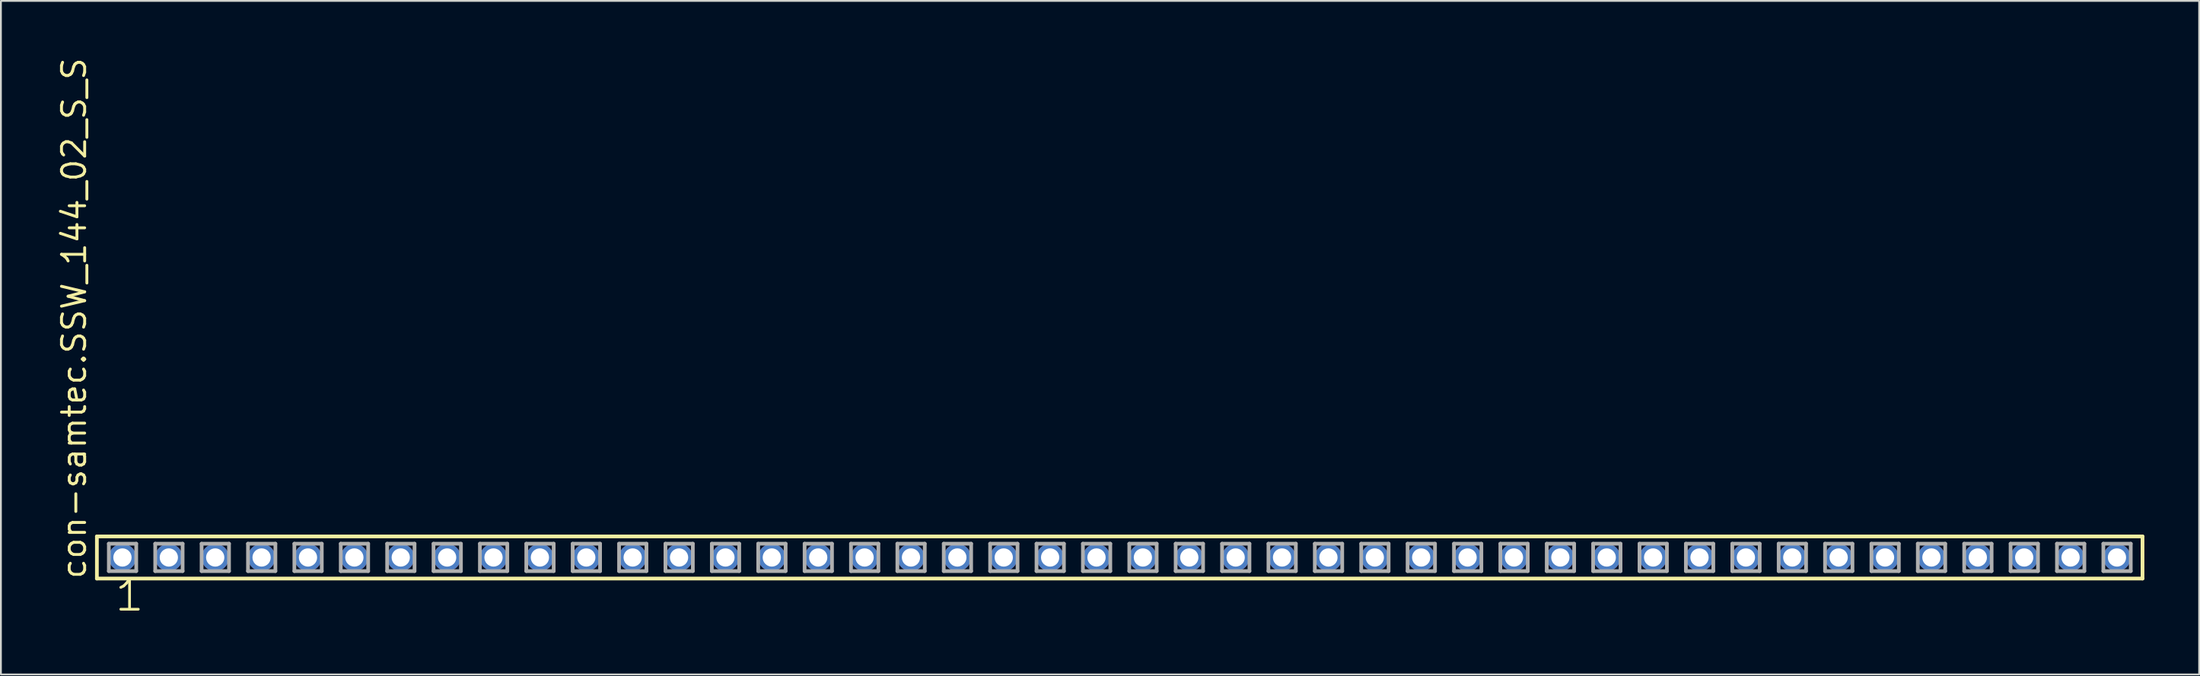
<source format=kicad_pcb>
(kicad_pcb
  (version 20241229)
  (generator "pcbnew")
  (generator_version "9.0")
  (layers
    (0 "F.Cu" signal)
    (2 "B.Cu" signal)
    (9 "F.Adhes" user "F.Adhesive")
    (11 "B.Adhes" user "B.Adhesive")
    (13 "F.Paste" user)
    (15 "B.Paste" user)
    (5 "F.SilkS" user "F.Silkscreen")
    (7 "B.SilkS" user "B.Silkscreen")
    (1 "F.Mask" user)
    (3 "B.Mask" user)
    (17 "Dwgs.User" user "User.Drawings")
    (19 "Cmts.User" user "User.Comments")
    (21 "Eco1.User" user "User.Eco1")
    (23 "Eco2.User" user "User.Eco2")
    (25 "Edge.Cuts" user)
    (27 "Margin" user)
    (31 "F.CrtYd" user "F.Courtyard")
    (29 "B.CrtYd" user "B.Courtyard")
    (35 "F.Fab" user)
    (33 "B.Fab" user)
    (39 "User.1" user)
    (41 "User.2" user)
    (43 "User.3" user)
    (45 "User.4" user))
  (footprint "con-samtec.SSW_144_02_S_S"
    (layer "F.Cu")
    (at 58.265 27.501)
    (property "Reference" "con-samtec.SSW_144_02_S_S" (at -56.515 1.27 90) (layer "F.SilkS") (effects (font (size 1.27 1.27) (thickness 0.16)) (justify left bottom)))
    (attr through_hole)
    (fp_line (start -56.009 -1.155) (end 56.009 -1.155) (stroke (width 0.203) (type default)) (layer "F.SilkS"))
    (fp_line (start -56.009 1.155) (end -56.009 -1.155) (stroke (width 0.203) (type default)) (layer "F.SilkS"))
    (fp_line (start 56.009 -1.155) (end 56.009 1.155) (stroke (width 0.203) (type default)) (layer "F.SilkS"))
    (fp_line (start 56.009 1.155) (end -56.009 1.155) (stroke (width 0.203) (type default)) (layer "F.SilkS"))
    (fp_line (start -55.355 -0.755) (end -53.855 -0.755) (stroke (width 0.203) (type default)) (layer "F.Fab"))
    (fp_line (start -55.355 0.745) (end -55.355 -0.755) (stroke (width 0.203) (type default)) (layer "F.Fab"))
    (fp_line (start -53.855 -0.755) (end -53.855 0.745) (stroke (width 0.203) (type default)) (layer "F.Fab"))
    (fp_line (start -53.855 0.745) (end -55.355 0.745) (stroke (width 0.203) (type default)) (layer "F.Fab"))
    (fp_line (start -52.815 -0.755) (end -51.315 -0.755) (stroke (width 0.203) (type default)) (layer "F.Fab"))
    (fp_line (start -52.815 0.745) (end -52.815 -0.755) (stroke (width 0.203) (type default)) (layer "F.Fab"))
    (fp_line (start -51.315 -0.755) (end -51.315 0.745) (stroke (width 0.203) (type default)) (layer "F.Fab"))
    (fp_line (start -51.315 0.745) (end -52.815 0.745) (stroke (width 0.203) (type default)) (layer "F.Fab"))
    (fp_line (start -50.275 -0.755) (end -48.775 -0.755) (stroke (width 0.203) (type default)) (layer "F.Fab"))
    (fp_line (start -50.275 0.745) (end -50.275 -0.755) (stroke (width 0.203) (type default)) (layer "F.Fab"))
    (fp_line (start -48.775 -0.755) (end -48.775 0.745) (stroke (width 0.203) (type default)) (layer "F.Fab"))
    (fp_line (start -48.775 0.745) (end -50.275 0.745) (stroke (width 0.203) (type default)) (layer "F.Fab"))
    (fp_line (start -47.735 -0.755) (end -46.235 -0.755) (stroke (width 0.203) (type default)) (layer "F.Fab"))
    (fp_line (start -47.735 0.745) (end -47.735 -0.755) (stroke (width 0.203) (type default)) (layer "F.Fab"))
    (fp_line (start -46.235 -0.755) (end -46.235 0.745) (stroke (width 0.203) (type default)) (layer "F.Fab"))
    (fp_line (start -46.235 0.745) (end -47.735 0.745) (stroke (width 0.203) (type default)) (layer "F.Fab"))
    (fp_line (start -45.195 -0.755) (end -43.695 -0.755) (stroke (width 0.203) (type default)) (layer "F.Fab"))
    (fp_line (start -45.195 0.745) (end -45.195 -0.755) (stroke (width 0.203) (type default)) (layer "F.Fab"))
    (fp_line (start -43.695 -0.755) (end -43.695 0.745) (stroke (width 0.203) (type default)) (layer "F.Fab"))
    (fp_line (start -43.695 0.745) (end -45.195 0.745) (stroke (width 0.203) (type default)) (layer "F.Fab"))
    (fp_line (start -42.655 -0.755) (end -41.155 -0.755) (stroke (width 0.203) (type default)) (layer "F.Fab"))
    (fp_line (start -42.655 0.745) (end -42.655 -0.755) (stroke (width 0.203) (type default)) (layer "F.Fab"))
    (fp_line (start -41.155 -0.755) (end -41.155 0.745) (stroke (width 0.203) (type default)) (layer "F.Fab"))
    (fp_line (start -41.155 0.745) (end -42.655 0.745) (stroke (width 0.203) (type default)) (layer "F.Fab"))
    (fp_line (start -40.115 -0.755) (end -38.615 -0.755) (stroke (width 0.203) (type default)) (layer "F.Fab"))
    (fp_line (start -40.115 0.745) (end -40.115 -0.755) (stroke (width 0.203) (type default)) (layer "F.Fab"))
    (fp_line (start -38.615 -0.755) (end -38.615 0.745) (stroke (width 0.203) (type default)) (layer "F.Fab"))
    (fp_line (start -38.615 0.745) (end -40.115 0.745) (stroke (width 0.203) (type default)) (layer "F.Fab"))
    (fp_line (start -37.575 -0.755) (end -36.075 -0.755) (stroke (width 0.203) (type default)) (layer "F.Fab"))
    (fp_line (start -37.575 0.745) (end -37.575 -0.755) (stroke (width 0.203) (type default)) (layer "F.Fab"))
    (fp_line (start -36.075 -0.755) (end -36.075 0.745) (stroke (width 0.203) (type default)) (layer "F.Fab"))
    (fp_line (start -36.075 0.745) (end -37.575 0.745) (stroke (width 0.203) (type default)) (layer "F.Fab"))
    (fp_line (start -35.035 -0.755) (end -33.535 -0.755) (stroke (width 0.203) (type default)) (layer "F.Fab"))
    (fp_line (start -35.035 0.745) (end -35.035 -0.755) (stroke (width 0.203) (type default)) (layer "F.Fab"))
    (fp_line (start -33.535 -0.755) (end -33.535 0.745) (stroke (width 0.203) (type default)) (layer "F.Fab"))
    (fp_line (start -33.535 0.745) (end -35.035 0.745) (stroke (width 0.203) (type default)) (layer "F.Fab"))
    (fp_line (start -32.495 -0.755) (end -30.995 -0.755) (stroke (width 0.203) (type default)) (layer "F.Fab"))
    (fp_line (start -32.495 0.745) (end -32.495 -0.755) (stroke (width 0.203) (type default)) (layer "F.Fab"))
    (fp_line (start -30.995 -0.755) (end -30.995 0.745) (stroke (width 0.203) (type default)) (layer "F.Fab"))
    (fp_line (start -30.995 0.745) (end -32.495 0.745) (stroke (width 0.203) (type default)) (layer "F.Fab"))
    (fp_line (start -29.955 -0.755) (end -28.455 -0.755) (stroke (width 0.203) (type default)) (layer "F.Fab"))
    (fp_line (start -29.955 0.745) (end -29.955 -0.755) (stroke (width 0.203) (type default)) (layer "F.Fab"))
    (fp_line (start -28.455 -0.755) (end -28.455 0.745) (stroke (width 0.203) (type default)) (layer "F.Fab"))
    (fp_line (start -28.455 0.745) (end -29.955 0.745) (stroke (width 0.203) (type default)) (layer "F.Fab"))
    (fp_line (start -27.415 -0.755) (end -25.915 -0.755) (stroke (width 0.203) (type default)) (layer "F.Fab"))
    (fp_line (start -27.415 0.745) (end -27.415 -0.755) (stroke (width 0.203) (type default)) (layer "F.Fab"))
    (fp_line (start -25.915 -0.755) (end -25.915 0.745) (stroke (width 0.203) (type default)) (layer "F.Fab"))
    (fp_line (start -25.915 0.745) (end -27.415 0.745) (stroke (width 0.203) (type default)) (layer "F.Fab"))
    (fp_line (start -24.875 -0.755) (end -23.375 -0.755) (stroke (width 0.203) (type default)) (layer "F.Fab"))
    (fp_line (start -24.875 0.745) (end -24.875 -0.755) (stroke (width 0.203) (type default)) (layer "F.Fab"))
    (fp_line (start -23.375 -0.755) (end -23.375 0.745) (stroke (width 0.203) (type default)) (layer "F.Fab"))
    (fp_line (start -23.375 0.745) (end -24.875 0.745) (stroke (width 0.203) (type default)) (layer "F.Fab"))
    (fp_line (start -22.335 -0.755) (end -20.835 -0.755) (stroke (width 0.203) (type default)) (layer "F.Fab"))
    (fp_line (start -22.335 0.745) (end -22.335 -0.755) (stroke (width 0.203) (type default)) (layer "F.Fab"))
    (fp_line (start -20.835 -0.755) (end -20.835 0.745) (stroke (width 0.203) (type default)) (layer "F.Fab"))
    (fp_line (start -20.835 0.745) (end -22.335 0.745) (stroke (width 0.203) (type default)) (layer "F.Fab"))
    (fp_line (start -19.795 -0.755) (end -18.295 -0.755) (stroke (width 0.203) (type default)) (layer "F.Fab"))
    (fp_line (start -19.795 0.745) (end -19.795 -0.755) (stroke (width 0.203) (type default)) (layer "F.Fab"))
    (fp_line (start -18.295 -0.755) (end -18.295 0.745) (stroke (width 0.203) (type default)) (layer "F.Fab"))
    (fp_line (start -18.295 0.745) (end -19.795 0.745) (stroke (width 0.203) (type default)) (layer "F.Fab"))
    (fp_line (start -17.255 -0.755) (end -15.755 -0.755) (stroke (width 0.203) (type default)) (layer "F.Fab"))
    (fp_line (start -17.255 0.745) (end -17.255 -0.755) (stroke (width 0.203) (type default)) (layer "F.Fab"))
    (fp_line (start -15.755 -0.755) (end -15.755 0.745) (stroke (width 0.203) (type default)) (layer "F.Fab"))
    (fp_line (start -15.755 0.745) (end -17.255 0.745) (stroke (width 0.203) (type default)) (layer "F.Fab"))
    (fp_line (start -14.715 -0.755) (end -13.215 -0.755) (stroke (width 0.203) (type default)) (layer "F.Fab"))
    (fp_line (start -14.715 0.745) (end -14.715 -0.755) (stroke (width 0.203) (type default)) (layer "F.Fab"))
    (fp_line (start -13.215 -0.755) (end -13.215 0.745) (stroke (width 0.203) (type default)) (layer "F.Fab"))
    (fp_line (start -13.215 0.745) (end -14.715 0.745) (stroke (width 0.203) (type default)) (layer "F.Fab"))
    (fp_line (start -12.175 -0.755) (end -10.675 -0.755) (stroke (width 0.203) (type default)) (layer "F.Fab"))
    (fp_line (start -12.175 0.745) (end -12.175 -0.755) (stroke (width 0.203) (type default)) (layer "F.Fab"))
    (fp_line (start -10.675 -0.755) (end -10.675 0.745) (stroke (width 0.203) (type default)) (layer "F.Fab"))
    (fp_line (start -10.675 0.745) (end -12.175 0.745) (stroke (width 0.203) (type default)) (layer "F.Fab"))
    (fp_line (start -9.635 -0.755) (end -8.135 -0.755) (stroke (width 0.203) (type default)) (layer "F.Fab"))
    (fp_line (start -9.635 0.745) (end -9.635 -0.755) (stroke (width 0.203) (type default)) (layer "F.Fab"))
    (fp_line (start -8.135 -0.755) (end -8.135 0.745) (stroke (width 0.203) (type default)) (layer "F.Fab"))
    (fp_line (start -8.135 0.745) (end -9.635 0.745) (stroke (width 0.203) (type default)) (layer "F.Fab"))
    (fp_line (start -7.095 -0.755) (end -5.595 -0.755) (stroke (width 0.203) (type default)) (layer "F.Fab"))
    (fp_line (start -7.095 0.745) (end -7.095 -0.755) (stroke (width 0.203) (type default)) (layer "F.Fab"))
    (fp_line (start -5.595 -0.755) (end -5.595 0.745) (stroke (width 0.203) (type default)) (layer "F.Fab"))
    (fp_line (start -5.595 0.745) (end -7.095 0.745) (stroke (width 0.203) (type default)) (layer "F.Fab"))
    (fp_line (start -4.555 -0.755) (end -3.055 -0.755) (stroke (width 0.203) (type default)) (layer "F.Fab"))
    (fp_line (start -4.555 0.745) (end -4.555 -0.755) (stroke (width 0.203) (type default)) (layer "F.Fab"))
    (fp_line (start -3.055 -0.755) (end -3.055 0.745) (stroke (width 0.203) (type default)) (layer "F.Fab"))
    (fp_line (start -3.055 0.745) (end -4.555 0.745) (stroke (width 0.203) (type default)) (layer "F.Fab"))
    (fp_line (start -2.015 -0.755) (end -0.515 -0.755) (stroke (width 0.203) (type default)) (layer "F.Fab"))
    (fp_line (start -2.015 0.745) (end -2.015 -0.755) (stroke (width 0.203) (type default)) (layer "F.Fab"))
    (fp_line (start -0.515 -0.755) (end -0.515 0.745) (stroke (width 0.203) (type default)) (layer "F.Fab"))
    (fp_line (start -0.515 0.745) (end -2.015 0.745) (stroke (width 0.203) (type default)) (layer "F.Fab"))
    (fp_line (start 0.525 -0.755) (end 2.025 -0.755) (stroke (width 0.203) (type default)) (layer "F.Fab"))
    (fp_line (start 0.525 0.745) (end 0.525 -0.755) (stroke (width 0.203) (type default)) (layer "F.Fab"))
    (fp_line (start 2.025 -0.755) (end 2.025 0.745) (stroke (width 0.203) (type default)) (layer "F.Fab"))
    (fp_line (start 2.025 0.745) (end 0.525 0.745) (stroke (width 0.203) (type default)) (layer "F.Fab"))
    (fp_line (start 3.065 -0.755) (end 4.565 -0.755) (stroke (width 0.203) (type default)) (layer "F.Fab"))
    (fp_line (start 3.065 0.745) (end 3.065 -0.755) (stroke (width 0.203) (type default)) (layer "F.Fab"))
    (fp_line (start 4.565 -0.755) (end 4.565 0.745) (stroke (width 0.203) (type default)) (layer "F.Fab"))
    (fp_line (start 4.565 0.745) (end 3.065 0.745) (stroke (width 0.203) (type default)) (layer "F.Fab"))
    (fp_line (start 5.605 -0.755) (end 7.105 -0.755) (stroke (width 0.203) (type default)) (layer "F.Fab"))
    (fp_line (start 5.605 0.745) (end 5.605 -0.755) (stroke (width 0.203) (type default)) (layer "F.Fab"))
    (fp_line (start 7.105 -0.755) (end 7.105 0.745) (stroke (width 0.203) (type default)) (layer "F.Fab"))
    (fp_line (start 7.105 0.745) (end 5.605 0.745) (stroke (width 0.203) (type default)) (layer "F.Fab"))
    (fp_line (start 8.145 -0.755) (end 9.645 -0.755) (stroke (width 0.203) (type default)) (layer "F.Fab"))
    (fp_line (start 8.145 0.745) (end 8.145 -0.755) (stroke (width 0.203) (type default)) (layer "F.Fab"))
    (fp_line (start 9.645 -0.755) (end 9.645 0.745) (stroke (width 0.203) (type default)) (layer "F.Fab"))
    (fp_line (start 9.645 0.745) (end 8.145 0.745) (stroke (width 0.203) (type default)) (layer "F.Fab"))
    (fp_line (start 10.685 -0.755) (end 12.185 -0.755) (stroke (width 0.203) (type default)) (layer "F.Fab"))
    (fp_line (start 10.685 0.745) (end 10.685 -0.755) (stroke (width 0.203) (type default)) (layer "F.Fab"))
    (fp_line (start 12.185 -0.755) (end 12.185 0.745) (stroke (width 0.203) (type default)) (layer "F.Fab"))
    (fp_line (start 12.185 0.745) (end 10.685 0.745) (stroke (width 0.203) (type default)) (layer "F.Fab"))
    (fp_line (start 13.225 -0.755) (end 14.725 -0.755) (stroke (width 0.203) (type default)) (layer "F.Fab"))
    (fp_line (start 13.225 0.745) (end 13.225 -0.755) (stroke (width 0.203) (type default)) (layer "F.Fab"))
    (fp_line (start 14.725 -0.755) (end 14.725 0.745) (stroke (width 0.203) (type default)) (layer "F.Fab"))
    (fp_line (start 14.725 0.745) (end 13.225 0.745) (stroke (width 0.203) (type default)) (layer "F.Fab"))
    (fp_line (start 15.765 -0.755) (end 17.265 -0.755) (stroke (width 0.203) (type default)) (layer "F.Fab"))
    (fp_line (start 15.765 0.745) (end 15.765 -0.755) (stroke (width 0.203) (type default)) (layer "F.Fab"))
    (fp_line (start 17.265 -0.755) (end 17.265 0.745) (stroke (width 0.203) (type default)) (layer "F.Fab"))
    (fp_line (start 17.265 0.745) (end 15.765 0.745) (stroke (width 0.203) (type default)) (layer "F.Fab"))
    (fp_line (start 18.305 -0.755) (end 19.805 -0.755) (stroke (width 0.203) (type default)) (layer "F.Fab"))
    (fp_line (start 18.305 0.745) (end 18.305 -0.755) (stroke (width 0.203) (type default)) (layer "F.Fab"))
    (fp_line (start 19.805 -0.755) (end 19.805 0.745) (stroke (width 0.203) (type default)) (layer "F.Fab"))
    (fp_line (start 19.805 0.745) (end 18.305 0.745) (stroke (width 0.203) (type default)) (layer "F.Fab"))
    (fp_line (start 20.845 -0.755) (end 22.345 -0.755) (stroke (width 0.203) (type default)) (layer "F.Fab"))
    (fp_line (start 20.845 0.745) (end 20.845 -0.755) (stroke (width 0.203) (type default)) (layer "F.Fab"))
    (fp_line (start 22.345 -0.755) (end 22.345 0.745) (stroke (width 0.203) (type default)) (layer "F.Fab"))
    (fp_line (start 22.345 0.745) (end 20.845 0.745) (stroke (width 0.203) (type default)) (layer "F.Fab"))
    (fp_line (start 23.385 -0.755) (end 24.885 -0.755) (stroke (width 0.203) (type default)) (layer "F.Fab"))
    (fp_line (start 23.385 0.745) (end 23.385 -0.755) (stroke (width 0.203) (type default)) (layer "F.Fab"))
    (fp_line (start 24.885 -0.755) (end 24.885 0.745) (stroke (width 0.203) (type default)) (layer "F.Fab"))
    (fp_line (start 24.885 0.745) (end 23.385 0.745) (stroke (width 0.203) (type default)) (layer "F.Fab"))
    (fp_line (start 25.925 -0.755) (end 27.425 -0.755) (stroke (width 0.203) (type default)) (layer "F.Fab"))
    (fp_line (start 25.925 0.745) (end 25.925 -0.755) (stroke (width 0.203) (type default)) (layer "F.Fab"))
    (fp_line (start 27.425 -0.755) (end 27.425 0.745) (stroke (width 0.203) (type default)) (layer "F.Fab"))
    (fp_line (start 27.425 0.745) (end 25.925 0.745) (stroke (width 0.203) (type default)) (layer "F.Fab"))
    (fp_line (start 28.465 -0.755) (end 29.965 -0.755) (stroke (width 0.203) (type default)) (layer "F.Fab"))
    (fp_line (start 28.465 0.745) (end 28.465 -0.755) (stroke (width 0.203) (type default)) (layer "F.Fab"))
    (fp_line (start 29.965 -0.755) (end 29.965 0.745) (stroke (width 0.203) (type default)) (layer "F.Fab"))
    (fp_line (start 29.965 0.745) (end 28.465 0.745) (stroke (width 0.203) (type default)) (layer "F.Fab"))
    (fp_line (start 31.005 -0.755) (end 32.505 -0.755) (stroke (width 0.203) (type default)) (layer "F.Fab"))
    (fp_line (start 31.005 0.745) (end 31.005 -0.755) (stroke (width 0.203) (type default)) (layer "F.Fab"))
    (fp_line (start 32.505 -0.755) (end 32.505 0.745) (stroke (width 0.203) (type default)) (layer "F.Fab"))
    (fp_line (start 32.505 0.745) (end 31.005 0.745) (stroke (width 0.203) (type default)) (layer "F.Fab"))
    (fp_line (start 33.545 -0.755) (end 35.045 -0.755) (stroke (width 0.203) (type default)) (layer "F.Fab"))
    (fp_line (start 33.545 0.745) (end 33.545 -0.755) (stroke (width 0.203) (type default)) (layer "F.Fab"))
    (fp_line (start 35.045 -0.755) (end 35.045 0.745) (stroke (width 0.203) (type default)) (layer "F.Fab"))
    (fp_line (start 35.045 0.745) (end 33.545 0.745) (stroke (width 0.203) (type default)) (layer "F.Fab"))
    (fp_line (start 36.085 -0.755) (end 37.585 -0.755) (stroke (width 0.203) (type default)) (layer "F.Fab"))
    (fp_line (start 36.085 0.745) (end 36.085 -0.755) (stroke (width 0.203) (type default)) (layer "F.Fab"))
    (fp_line (start 37.585 -0.755) (end 37.585 0.745) (stroke (width 0.203) (type default)) (layer "F.Fab"))
    (fp_line (start 37.585 0.745) (end 36.085 0.745) (stroke (width 0.203) (type default)) (layer "F.Fab"))
    (fp_line (start 38.625 -0.755) (end 40.125 -0.755) (stroke (width 0.203) (type default)) (layer "F.Fab"))
    (fp_line (start 38.625 0.745) (end 38.625 -0.755) (stroke (width 0.203) (type default)) (layer "F.Fab"))
    (fp_line (start 40.125 -0.755) (end 40.125 0.745) (stroke (width 0.203) (type default)) (layer "F.Fab"))
    (fp_line (start 40.125 0.745) (end 38.625 0.745) (stroke (width 0.203) (type default)) (layer "F.Fab"))
    (fp_line (start 41.165 -0.755) (end 42.665 -0.755) (stroke (width 0.203) (type default)) (layer "F.Fab"))
    (fp_line (start 41.165 0.745) (end 41.165 -0.755) (stroke (width 0.203) (type default)) (layer "F.Fab"))
    (fp_line (start 42.665 -0.755) (end 42.665 0.745) (stroke (width 0.203) (type default)) (layer "F.Fab"))
    (fp_line (start 42.665 0.745) (end 41.165 0.745) (stroke (width 0.203) (type default)) (layer "F.Fab"))
    (fp_line (start 43.705 -0.755) (end 45.205 -0.755) (stroke (width 0.203) (type default)) (layer "F.Fab"))
    (fp_line (start 43.705 0.745) (end 43.705 -0.755) (stroke (width 0.203) (type default)) (layer "F.Fab"))
    (fp_line (start 45.205 -0.755) (end 45.205 0.745) (stroke (width 0.203) (type default)) (layer "F.Fab"))
    (fp_line (start 45.205 0.745) (end 43.705 0.745) (stroke (width 0.203) (type default)) (layer "F.Fab"))
    (fp_line (start 46.245 -0.755) (end 47.745 -0.755) (stroke (width 0.203) (type default)) (layer "F.Fab"))
    (fp_line (start 46.245 0.745) (end 46.245 -0.755) (stroke (width 0.203) (type default)) (layer "F.Fab"))
    (fp_line (start 47.745 -0.755) (end 47.745 0.745) (stroke (width 0.203) (type default)) (layer "F.Fab"))
    (fp_line (start 47.745 0.745) (end 46.245 0.745) (stroke (width 0.203) (type default)) (layer "F.Fab"))
    (fp_line (start 48.785 -0.755) (end 50.285 -0.755) (stroke (width 0.203) (type default)) (layer "F.Fab"))
    (fp_line (start 48.785 0.745) (end 48.785 -0.755) (stroke (width 0.203) (type default)) (layer "F.Fab"))
    (fp_line (start 50.285 -0.755) (end 50.285 0.745) (stroke (width 0.203) (type default)) (layer "F.Fab"))
    (fp_line (start 50.285 0.745) (end 48.785 0.745) (stroke (width 0.203) (type default)) (layer "F.Fab"))
    (fp_line (start 51.325 -0.755) (end 52.825 -0.755) (stroke (width 0.203) (type default)) (layer "F.Fab"))
    (fp_line (start 51.325 0.745) (end 51.325 -0.755) (stroke (width 0.203) (type default)) (layer "F.Fab"))
    (fp_line (start 52.825 -0.755) (end 52.825 0.745) (stroke (width 0.203) (type default)) (layer "F.Fab"))
    (fp_line (start 52.825 0.745) (end 51.325 0.745) (stroke (width 0.203) (type default)) (layer "F.Fab"))
    (fp_line (start 53.865 -0.755) (end 55.365 -0.755) (stroke (width 0.203) (type default)) (layer "F.Fab"))
    (fp_line (start 53.865 0.745) (end 53.865 -0.755) (stroke (width 0.203) (type default)) (layer "F.Fab"))
    (fp_line (start 55.365 -0.755) (end 55.365 0.745) (stroke (width 0.203) (type default)) (layer "F.Fab"))
    (fp_line (start 55.365 0.745) (end 53.865 0.745) (stroke (width 0.203) (type default)) (layer "F.Fab"))
    (fp_text user "1" (at -55.118 3.048 0) (layer "F.SilkS") (effects (font (size 1.676 1.676) (thickness 0.15)) (justify left bottom)))
    (pad "1" thru_hole circle (at -54.61 0) (size 1.5 1.5) (drill 1) (layers "*.Cu" "*.Mask"))
    (pad "2" thru_hole circle (at -52.07 0) (size 1.5 1.5) (drill 1) (layers "*.Cu" "*.Mask"))
    (pad "3" thru_hole circle (at -49.53 0) (size 1.5 1.5) (drill 1) (layers "*.Cu" "*.Mask"))
    (pad "4" thru_hole circle (at -46.99 0) (size 1.5 1.5) (drill 1) (layers "*.Cu" "*.Mask"))
    (pad "5" thru_hole circle (at -44.45 0) (size 1.5 1.5) (drill 1) (layers "*.Cu" "*.Mask"))
    (pad "6" thru_hole circle (at -41.91 0) (size 1.5 1.5) (drill 1) (layers "*.Cu" "*.Mask"))
    (pad "7" thru_hole circle (at -39.37 0) (size 1.5 1.5) (drill 1) (layers "*.Cu" "*.Mask"))
    (pad "8" thru_hole circle (at -36.83 0) (size 1.5 1.5) (drill 1) (layers "*.Cu" "*.Mask"))
    (pad "9" thru_hole circle (at -34.29 0) (size 1.5 1.5) (drill 1) (layers "*.Cu" "*.Mask"))
    (pad "10" thru_hole circle (at -31.75 0) (size 1.5 1.5) (drill 1) (layers "*.Cu" "*.Mask"))
    (pad "11" thru_hole circle (at -29.21 0) (size 1.5 1.5) (drill 1) (layers "*.Cu" "*.Mask"))
    (pad "12" thru_hole circle (at -26.67 0) (size 1.5 1.5) (drill 1) (layers "*.Cu" "*.Mask"))
    (pad "13" thru_hole circle (at -24.13 0) (size 1.5 1.5) (drill 1) (layers "*.Cu" "*.Mask"))
    (pad "14" thru_hole circle (at -21.59 0) (size 1.5 1.5) (drill 1) (layers "*.Cu" "*.Mask"))
    (pad "15" thru_hole circle (at -19.05 0) (size 1.5 1.5) (drill 1) (layers "*.Cu" "*.Mask"))
    (pad "16" thru_hole circle (at -16.51 0) (size 1.5 1.5) (drill 1) (layers "*.Cu" "*.Mask"))
    (pad "17" thru_hole circle (at -13.97 0) (size 1.5 1.5) (drill 1) (layers "*.Cu" "*.Mask"))
    (pad "18" thru_hole circle (at -11.43 0) (size 1.5 1.5) (drill 1) (layers "*.Cu" "*.Mask"))
    (pad "19" thru_hole circle (at -8.89 0) (size 1.5 1.5) (drill 1) (layers "*.Cu" "*.Mask"))
    (pad "20" thru_hole circle (at -6.35 0) (size 1.5 1.5) (drill 1) (layers "*.Cu" "*.Mask"))
    (pad "21" thru_hole circle (at -3.81 0) (size 1.5 1.5) (drill 1) (layers "*.Cu" "*.Mask"))
    (pad "22" thru_hole circle (at -1.27 0) (size 1.5 1.5) (drill 1) (layers "*.Cu" "*.Mask"))
    (pad "23" thru_hole circle (at 1.27 0) (size 1.5 1.5) (drill 1) (layers "*.Cu" "*.Mask"))
    (pad "24" thru_hole circle (at 3.81 0) (size 1.5 1.5) (drill 1) (layers "*.Cu" "*.Mask"))
    (pad "25" thru_hole circle (at 6.35 0) (size 1.5 1.5) (drill 1) (layers "*.Cu" "*.Mask"))
    (pad "26" thru_hole circle (at 8.89 0) (size 1.5 1.5) (drill 1) (layers "*.Cu" "*.Mask"))
    (pad "27" thru_hole circle (at 11.43 0) (size 1.5 1.5) (drill 1) (layers "*.Cu" "*.Mask"))
    (pad "28" thru_hole circle (at 13.97 0) (size 1.5 1.5) (drill 1) (layers "*.Cu" "*.Mask"))
    (pad "29" thru_hole circle (at 16.51 0) (size 1.5 1.5) (drill 1) (layers "*.Cu" "*.Mask"))
    (pad "30" thru_hole circle (at 19.05 0) (size 1.5 1.5) (drill 1) (layers "*.Cu" "*.Mask"))
    (pad "31" thru_hole circle (at 21.59 0) (size 1.5 1.5) (drill 1) (layers "*.Cu" "*.Mask"))
    (pad "32" thru_hole circle (at 24.13 0) (size 1.5 1.5) (drill 1) (layers "*.Cu" "*.Mask"))
    (pad "33" thru_hole circle (at 26.67 0) (size 1.5 1.5) (drill 1) (layers "*.Cu" "*.Mask"))
    (pad "34" thru_hole circle (at 29.21 0) (size 1.5 1.5) (drill 1) (layers "*.Cu" "*.Mask"))
    (pad "35" thru_hole circle (at 31.75 0) (size 1.5 1.5) (drill 1) (layers "*.Cu" "*.Mask"))
    (pad "36" thru_hole circle (at 34.29 0) (size 1.5 1.5) (drill 1) (layers "*.Cu" "*.Mask"))
    (pad "37" thru_hole circle (at 36.83 0) (size 1.5 1.5) (drill 1) (layers "*.Cu" "*.Mask"))
    (pad "38" thru_hole circle (at 39.37 0) (size 1.5 1.5) (drill 1) (layers "*.Cu" "*.Mask"))
    (pad "39" thru_hole circle (at 41.91 0) (size 1.5 1.5) (drill 1) (layers "*.Cu" "*.Mask"))
    (pad "40" thru_hole circle (at 44.45 0) (size 1.5 1.5) (drill 1) (layers "*.Cu" "*.Mask"))
    (pad "41" thru_hole circle (at 46.99 0) (size 1.5 1.5) (drill 1) (layers "*.Cu" "*.Mask"))
    (pad "42" thru_hole circle (at 49.53 0) (size 1.5 1.5) (drill 1) (layers "*.Cu" "*.Mask"))
    (pad "43" thru_hole circle (at 52.07 0) (size 1.5 1.5) (drill 1) (layers "*.Cu" "*.Mask"))
    (pad "44" thru_hole circle (at 54.61 0) (size 1.5 1.5) (drill 1) (layers "*.Cu" "*.Mask")))
  (gr_rect
    (start -3 -3)
    (end 117.376 33.91)
    (stroke (width 0.1) (type default))
    (fill no)
    (layer "Edge.Cuts")))
</source>
